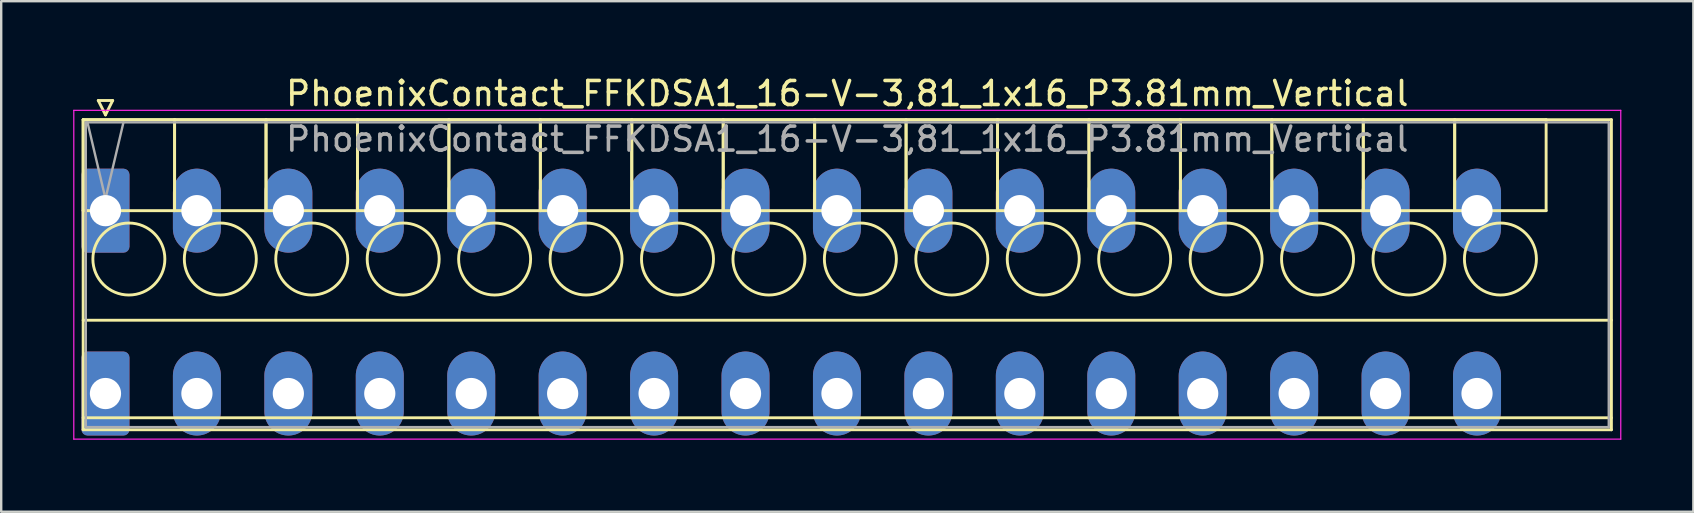
<source format=kicad_pcb>
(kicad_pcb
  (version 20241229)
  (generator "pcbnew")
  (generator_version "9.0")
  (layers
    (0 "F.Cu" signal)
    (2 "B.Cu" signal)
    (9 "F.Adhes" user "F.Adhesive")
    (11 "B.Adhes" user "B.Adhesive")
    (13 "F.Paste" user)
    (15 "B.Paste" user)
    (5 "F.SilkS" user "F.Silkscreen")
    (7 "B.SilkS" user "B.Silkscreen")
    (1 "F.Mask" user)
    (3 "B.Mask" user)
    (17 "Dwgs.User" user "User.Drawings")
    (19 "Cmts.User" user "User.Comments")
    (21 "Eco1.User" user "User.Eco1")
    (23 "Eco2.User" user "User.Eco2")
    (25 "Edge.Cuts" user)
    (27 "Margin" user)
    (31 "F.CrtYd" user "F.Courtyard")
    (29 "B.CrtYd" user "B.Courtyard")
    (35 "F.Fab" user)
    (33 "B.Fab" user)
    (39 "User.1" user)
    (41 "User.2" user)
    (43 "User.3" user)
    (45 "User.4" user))
  (footprint "PhoenixContact_FFKDSA1_16-V-3,81_1x16_P3.81mm_Vertical"
    (layer "F.Cu")
    (at 1.345 5.728)
    (property "Reference" "PhoenixContact_FFKDSA1_16-V-3,81_1x16_P3.81mm_Vertical" (at 30.91 -4.88 0) (layer "F.SilkS") (effects (font (size 1 1) (thickness 0.15))))
    (attr through_hole)
    (fp_line (start -0.93 -3.79) (end -0.93 0) (stroke (width 0.12) (type solid)) (layer "F.SilkS"))
    (fp_line (start -0.93 -3.79) (end -0.93 9.13) (stroke (width 0.12) (type solid)) (layer "F.SilkS"))
    (fp_line (start -0.93 0) (end 2.88 0) (stroke (width 0.12) (type solid)) (layer "F.SilkS"))
    (fp_line (start -0.93 4.565) (end 62.75 4.565) (stroke (width 0.12) (type solid)) (layer "F.SilkS"))
    (fp_line (start -0.93 8.63) (end 62.75 8.63) (stroke (width 0.12) (type solid)) (layer "F.SilkS"))
    (fp_line (start -0.93 9.13) (end 62.75 9.13) (stroke (width 0.12) (type solid)) (layer "F.SilkS"))
    (fp_line (start -0.3 -4.59) (end 0.3 -4.59) (stroke (width 0.12) (type solid)) (layer "F.SilkS"))
    (fp_line (start 0 -3.99) (end -0.3 -4.59) (stroke (width 0.12) (type solid)) (layer "F.SilkS"))
    (fp_line (start 0.3 -4.59) (end 0 -3.99) (stroke (width 0.12) (type solid)) (layer "F.SilkS"))
    (fp_line (start 2.88 -3.79) (end -0.93 -3.79) (stroke (width 0.12) (type solid)) (layer "F.SilkS"))
    (fp_line (start 2.88 -3.79) (end 2.88 0) (stroke (width 0.12) (type solid)) (layer "F.SilkS"))
    (fp_line (start 2.88 0) (end 2.88 -3.79) (stroke (width 0.12) (type solid)) (layer "F.SilkS"))
    (fp_line (start 2.88 0) (end 6.69 0) (stroke (width 0.12) (type solid)) (layer "F.SilkS"))
    (fp_line (start 6.69 -3.79) (end 2.88 -3.79) (stroke (width 0.12) (type solid)) (layer "F.SilkS"))
    (fp_line (start 6.69 -3.79) (end 6.69 0) (stroke (width 0.12) (type solid)) (layer "F.SilkS"))
    (fp_line (start 6.69 0) (end 6.69 -3.79) (stroke (width 0.12) (type solid)) (layer "F.SilkS"))
    (fp_line (start 6.69 0) (end 10.5 0) (stroke (width 0.12) (type solid)) (layer "F.SilkS"))
    (fp_line (start 10.5 -3.79) (end 6.69 -3.79) (stroke (width 0.12) (type solid)) (layer "F.SilkS"))
    (fp_line (start 10.5 -3.79) (end 10.5 0) (stroke (width 0.12) (type solid)) (layer "F.SilkS"))
    (fp_line (start 10.5 0) (end 10.5 -3.79) (stroke (width 0.12) (type solid)) (layer "F.SilkS"))
    (fp_line (start 10.5 0) (end 14.31 0) (stroke (width 0.12) (type solid)) (layer "F.SilkS"))
    (fp_line (start 14.31 -3.79) (end 10.5 -3.79) (stroke (width 0.12) (type solid)) (layer "F.SilkS"))
    (fp_line (start 14.31 -3.79) (end 14.31 0) (stroke (width 0.12) (type solid)) (layer "F.SilkS"))
    (fp_line (start 14.31 0) (end 14.31 -3.79) (stroke (width 0.12) (type solid)) (layer "F.SilkS"))
    (fp_line (start 14.31 0) (end 18.12 0) (stroke (width 0.12) (type solid)) (layer "F.SilkS"))
    (fp_line (start 18.12 -3.79) (end 14.31 -3.79) (stroke (width 0.12) (type solid)) (layer "F.SilkS"))
    (fp_line (start 18.12 -3.79) (end 18.12 0) (stroke (width 0.12) (type solid)) (layer "F.SilkS"))
    (fp_line (start 18.12 0) (end 18.12 -3.79) (stroke (width 0.12) (type solid)) (layer "F.SilkS"))
    (fp_line (start 18.12 0) (end 21.93 0) (stroke (width 0.12) (type solid)) (layer "F.SilkS"))
    (fp_line (start 21.93 -3.79) (end 18.12 -3.79) (stroke (width 0.12) (type solid)) (layer "F.SilkS"))
    (fp_line (start 21.93 -3.79) (end 21.93 0) (stroke (width 0.12) (type solid)) (layer "F.SilkS"))
    (fp_line (start 21.93 0) (end 21.93 -3.79) (stroke (width 0.12) (type solid)) (layer "F.SilkS"))
    (fp_line (start 21.93 0) (end 25.74 0) (stroke (width 0.12) (type solid)) (layer "F.SilkS"))
    (fp_line (start 25.74 -3.79) (end 21.93 -3.79) (stroke (width 0.12) (type solid)) (layer "F.SilkS"))
    (fp_line (start 25.74 -3.79) (end 25.74 0) (stroke (width 0.12) (type solid)) (layer "F.SilkS"))
    (fp_line (start 25.74 0) (end 25.74 -3.79) (stroke (width 0.12) (type solid)) (layer "F.SilkS"))
    (fp_line (start 25.74 0) (end 29.55 0) (stroke (width 0.12) (type solid)) (layer "F.SilkS"))
    (fp_line (start 29.55 -3.79) (end 25.74 -3.79) (stroke (width 0.12) (type solid)) (layer "F.SilkS"))
    (fp_line (start 29.55 -3.79) (end 29.55 0) (stroke (width 0.12) (type solid)) (layer "F.SilkS"))
    (fp_line (start 29.55 0) (end 29.55 -3.79) (stroke (width 0.12) (type solid)) (layer "F.SilkS"))
    (fp_line (start 29.55 0) (end 33.36 0) (stroke (width 0.12) (type solid)) (layer "F.SilkS"))
    (fp_line (start 33.36 -3.79) (end 29.55 -3.79) (stroke (width 0.12) (type solid)) (layer "F.SilkS"))
    (fp_line (start 33.36 -3.79) (end 33.36 0) (stroke (width 0.12) (type solid)) (layer "F.SilkS"))
    (fp_line (start 33.36 0) (end 33.36 -3.79) (stroke (width 0.12) (type solid)) (layer "F.SilkS"))
    (fp_line (start 33.36 0) (end 37.17 0) (stroke (width 0.12) (type solid)) (layer "F.SilkS"))
    (fp_line (start 37.17 -3.79) (end 33.36 -3.79) (stroke (width 0.12) (type solid)) (layer "F.SilkS"))
    (fp_line (start 37.17 -3.79) (end 37.17 0) (stroke (width 0.12) (type solid)) (layer "F.SilkS"))
    (fp_line (start 37.17 0) (end 37.17 -3.79) (stroke (width 0.12) (type solid)) (layer "F.SilkS"))
    (fp_line (start 37.17 0) (end 40.98 0) (stroke (width 0.12) (type solid)) (layer "F.SilkS"))
    (fp_line (start 40.98 -3.79) (end 37.17 -3.79) (stroke (width 0.12) (type solid)) (layer "F.SilkS"))
    (fp_line (start 40.98 -3.79) (end 40.98 0) (stroke (width 0.12) (type solid)) (layer "F.SilkS"))
    (fp_line (start 40.98 0) (end 40.98 -3.79) (stroke (width 0.12) (type solid)) (layer "F.SilkS"))
    (fp_line (start 40.98 0) (end 44.79 0) (stroke (width 0.12) (type solid)) (layer "F.SilkS"))
    (fp_line (start 44.79 -3.79) (end 40.98 -3.79) (stroke (width 0.12) (type solid)) (layer "F.SilkS"))
    (fp_line (start 44.79 -3.79) (end 44.79 0) (stroke (width 0.12) (type solid)) (layer "F.SilkS"))
    (fp_line (start 44.79 0) (end 44.79 -3.79) (stroke (width 0.12) (type solid)) (layer "F.SilkS"))
    (fp_line (start 44.79 0) (end 48.6 0) (stroke (width 0.12) (type solid)) (layer "F.SilkS"))
    (fp_line (start 48.6 -3.79) (end 44.79 -3.79) (stroke (width 0.12) (type solid)) (layer "F.SilkS"))
    (fp_line (start 48.6 -3.79) (end 48.6 0) (stroke (width 0.12) (type solid)) (layer "F.SilkS"))
    (fp_line (start 48.6 0) (end 48.6 -3.79) (stroke (width 0.12) (type solid)) (layer "F.SilkS"))
    (fp_line (start 48.6 0) (end 52.41 0) (stroke (width 0.12) (type solid)) (layer "F.SilkS"))
    (fp_line (start 52.41 -3.79) (end 48.6 -3.79) (stroke (width 0.12) (type solid)) (layer "F.SilkS"))
    (fp_line (start 52.41 -3.79) (end 52.41 0) (stroke (width 0.12) (type solid)) (layer "F.SilkS"))
    (fp_line (start 52.41 0) (end 52.41 -3.79) (stroke (width 0.12) (type solid)) (layer "F.SilkS"))
    (fp_line (start 52.41 0) (end 56.22 0) (stroke (width 0.12) (type solid)) (layer "F.SilkS"))
    (fp_line (start 56.22 -3.79) (end 52.41 -3.79) (stroke (width 0.12) (type solid)) (layer "F.SilkS"))
    (fp_line (start 56.22 -3.79) (end 56.22 0) (stroke (width 0.12) (type solid)) (layer "F.SilkS"))
    (fp_line (start 56.22 0) (end 56.22 -3.79) (stroke (width 0.12) (type solid)) (layer "F.SilkS"))
    (fp_line (start 56.22 0) (end 60.03 0) (stroke (width 0.12) (type solid)) (layer "F.SilkS"))
    (fp_line (start 60.03 -3.79) (end 56.22 -3.79) (stroke (width 0.12) (type solid)) (layer "F.SilkS"))
    (fp_line (start 60.03 0) (end 60.03 -3.79) (stroke (width 0.12) (type solid)) (layer "F.SilkS"))
    (fp_line (start 62.75 -3.79) (end -0.93 -3.79) (stroke (width 0.12) (type solid)) (layer "F.SilkS"))
    (fp_line (start 62.75 9.13) (end 62.75 -3.79) (stroke (width 0.12) (type solid)) (layer "F.SilkS"))
    (fp_circle (center 0.975 2.015) (end 2.475 2.015) (stroke (width 0.12) (type solid)) (fill no) (layer "F.SilkS"))
    (fp_circle (center 4.785 2.015) (end 6.285 2.015) (stroke (width 0.12) (type solid)) (fill no) (layer "F.SilkS"))
    (fp_circle (center 8.595 2.015) (end 10.095 2.015) (stroke (width 0.12) (type solid)) (fill no) (layer "F.SilkS"))
    (fp_circle (center 12.405 2.015) (end 13.905 2.015) (stroke (width 0.12) (type solid)) (fill no) (layer "F.SilkS"))
    (fp_circle (center 16.215 2.015) (end 17.715 2.015) (stroke (width 0.12) (type solid)) (fill no) (layer "F.SilkS"))
    (fp_circle (center 20.025 2.015) (end 21.525 2.015) (stroke (width 0.12) (type solid)) (fill no) (layer "F.SilkS"))
    (fp_circle (center 23.835 2.015) (end 25.335 2.015) (stroke (width 0.12) (type solid)) (fill no) (layer "F.SilkS"))
    (fp_circle (center 27.645 2.015) (end 29.145 2.015) (stroke (width 0.12) (type solid)) (fill no) (layer "F.SilkS"))
    (fp_circle (center 31.455 2.015) (end 32.955 2.015) (stroke (width 0.12) (type solid)) (fill no) (layer "F.SilkS"))
    (fp_circle (center 35.265 2.015) (end 36.765 2.015) (stroke (width 0.12) (type solid)) (fill no) (layer "F.SilkS"))
    (fp_circle (center 39.075 2.015) (end 40.575 2.015) (stroke (width 0.12) (type solid)) (fill no) (layer "F.SilkS"))
    (fp_circle (center 42.885 2.015) (end 44.385 2.015) (stroke (width 0.12) (type solid)) (fill no) (layer "F.SilkS"))
    (fp_circle (center 46.695 2.015) (end 48.195 2.015) (stroke (width 0.12) (type solid)) (fill no) (layer "F.SilkS"))
    (fp_circle (center 50.505 2.015) (end 52.005 2.015) (stroke (width 0.12) (type solid)) (fill no) (layer "F.SilkS"))
    (fp_circle (center 54.315 2.015) (end 55.815 2.015) (stroke (width 0.12) (type solid)) (fill no) (layer "F.SilkS"))
    (fp_circle (center 58.125 2.015) (end 59.625 2.015) (stroke (width 0.12) (type solid)) (fill no) (layer "F.SilkS"))
    (fp_line (start -1.32 -4.18) (end -1.32 9.52) (stroke (width 0.05) (type solid)) (layer "F.CrtYd"))
    (fp_line (start -1.32 9.52) (end 63.14 9.52) (stroke (width 0.05) (type solid)) (layer "F.CrtYd"))
    (fp_line (start 63.14 -4.18) (end -1.32 -4.18) (stroke (width 0.05) (type solid)) (layer "F.CrtYd"))
    (fp_line (start 63.14 9.52) (end 63.14 -4.18) (stroke (width 0.05) (type solid)) (layer "F.CrtYd"))
    (fp_line (start -0.82 -3.68) (end -0.82 9.02) (stroke (width 0.1) (type solid)) (layer "F.Fab"))
    (fp_line (start -0.82 9.02) (end 62.64 9.02) (stroke (width 0.1) (type solid)) (layer "F.Fab"))
    (fp_line (start 0 -0.5) (end -0.75 -3.68) (stroke (width 0.1) (type solid)) (layer "F.Fab"))
    (fp_line (start 0.75 -3.68) (end 0 -0.5) (stroke (width 0.1) (type solid)) (layer "F.Fab"))
    (fp_line (start 62.64 -3.68) (end -0.82 -3.68) (stroke (width 0.1) (type solid)) (layer "F.Fab"))
    (fp_line (start 62.64 9.02) (end 62.64 -3.68) (stroke (width 0.1) (type solid)) (layer "F.Fab"))
    (fp_text user "${REFERENCE}" (at 30.91 -2.98 0) (layer "F.Fab") (effects (font (size 1 1) (thickness 0.15))))
    (pad "1" thru_hole roundrect (at 0 0) (size 2 3.5) (drill 1.3) (layers "*.Cu" "*.Mask") (roundrect_rratio 0.125))
    (pad "1" thru_hole roundrect (at 0 7.62) (size 2 3.5) (drill 1.3) (layers "*.Cu" "*.Mask") (roundrect_rratio 0.125))
    (pad "2" thru_hole oval (at 3.81 0) (size 2 3.5) (drill 1.3) (layers "*.Cu" "*.Mask"))
    (pad "2" thru_hole oval (at 3.81 7.62) (size 2 3.5) (drill 1.3) (layers "*.Cu" "*.Mask"))
    (pad "3" thru_hole oval (at 7.62 0) (size 2 3.5) (drill 1.3) (layers "*.Cu" "*.Mask"))
    (pad "3" thru_hole oval (at 7.62 7.62) (size 2 3.5) (drill 1.3) (layers "*.Cu" "*.Mask"))
    (pad "4" thru_hole oval (at 11.43 0) (size 2 3.5) (drill 1.3) (layers "*.Cu" "*.Mask"))
    (pad "4" thru_hole oval (at 11.43 7.62) (size 2 3.5) (drill 1.3) (layers "*.Cu" "*.Mask"))
    (pad "5" thru_hole oval (at 15.24 0) (size 2 3.5) (drill 1.3) (layers "*.Cu" "*.Mask"))
    (pad "5" thru_hole oval (at 15.24 7.62) (size 2 3.5) (drill 1.3) (layers "*.Cu" "*.Mask"))
    (pad "6" thru_hole oval (at 19.05 0) (size 2 3.5) (drill 1.3) (layers "*.Cu" "*.Mask"))
    (pad "6" thru_hole oval (at 19.05 7.62) (size 2 3.5) (drill 1.3) (layers "*.Cu" "*.Mask"))
    (pad "7" thru_hole oval (at 22.86 0) (size 2 3.5) (drill 1.3) (layers "*.Cu" "*.Mask"))
    (pad "7" thru_hole oval (at 22.86 7.62) (size 2 3.5) (drill 1.3) (layers "*.Cu" "*.Mask"))
    (pad "8" thru_hole oval (at 26.67 0) (size 2 3.5) (drill 1.3) (layers "*.Cu" "*.Mask"))
    (pad "8" thru_hole oval (at 26.67 7.62) (size 2 3.5) (drill 1.3) (layers "*.Cu" "*.Mask"))
    (pad "9" thru_hole oval (at 30.48 0) (size 2 3.5) (drill 1.3) (layers "*.Cu" "*.Mask"))
    (pad "9" thru_hole oval (at 30.48 7.62) (size 2 3.5) (drill 1.3) (layers "*.Cu" "*.Mask"))
    (pad "10" thru_hole oval (at 34.29 0) (size 2 3.5) (drill 1.3) (layers "*.Cu" "*.Mask"))
    (pad "10" thru_hole oval (at 34.29 7.62) (size 2 3.5) (drill 1.3) (layers "*.Cu" "*.Mask"))
    (pad "11" thru_hole oval (at 38.1 0) (size 2 3.5) (drill 1.3) (layers "*.Cu" "*.Mask"))
    (pad "11" thru_hole oval (at 38.1 7.62) (size 2 3.5) (drill 1.3) (layers "*.Cu" "*.Mask"))
    (pad "12" thru_hole oval (at 41.91 0) (size 2 3.5) (drill 1.3) (layers "*.Cu" "*.Mask"))
    (pad "12" thru_hole oval (at 41.91 7.62) (size 2 3.5) (drill 1.3) (layers "*.Cu" "*.Mask"))
    (pad "13" thru_hole oval (at 45.72 0) (size 2 3.5) (drill 1.3) (layers "*.Cu" "*.Mask"))
    (pad "13" thru_hole oval (at 45.72 7.62) (size 2 3.5) (drill 1.3) (layers "*.Cu" "*.Mask"))
    (pad "14" thru_hole oval (at 49.53 0) (size 2 3.5) (drill 1.3) (layers "*.Cu" "*.Mask"))
    (pad "14" thru_hole oval (at 49.53 7.62) (size 2 3.5) (drill 1.3) (layers "*.Cu" "*.Mask"))
    (pad "15" thru_hole oval (at 53.34 0) (size 2 3.5) (drill 1.3) (layers "*.Cu" "*.Mask"))
    (pad "15" thru_hole oval (at 53.34 7.62) (size 2 3.5) (drill 1.3) (layers "*.Cu" "*.Mask"))
    (pad "16" thru_hole oval (at 57.15 0) (size 2 3.5) (drill 1.3) (layers "*.Cu" "*.Mask"))
    (pad "16" thru_hole oval (at 57.15 7.62) (size 2 3.5) (drill 1.3) (layers "*.Cu" "*.Mask")))
  (gr_rect
    (start -3 -3)
    (end 67.51 18.273)
    (stroke (width 0.1) (type default))
    (fill no)
    (layer "Edge.Cuts")))
</source>
